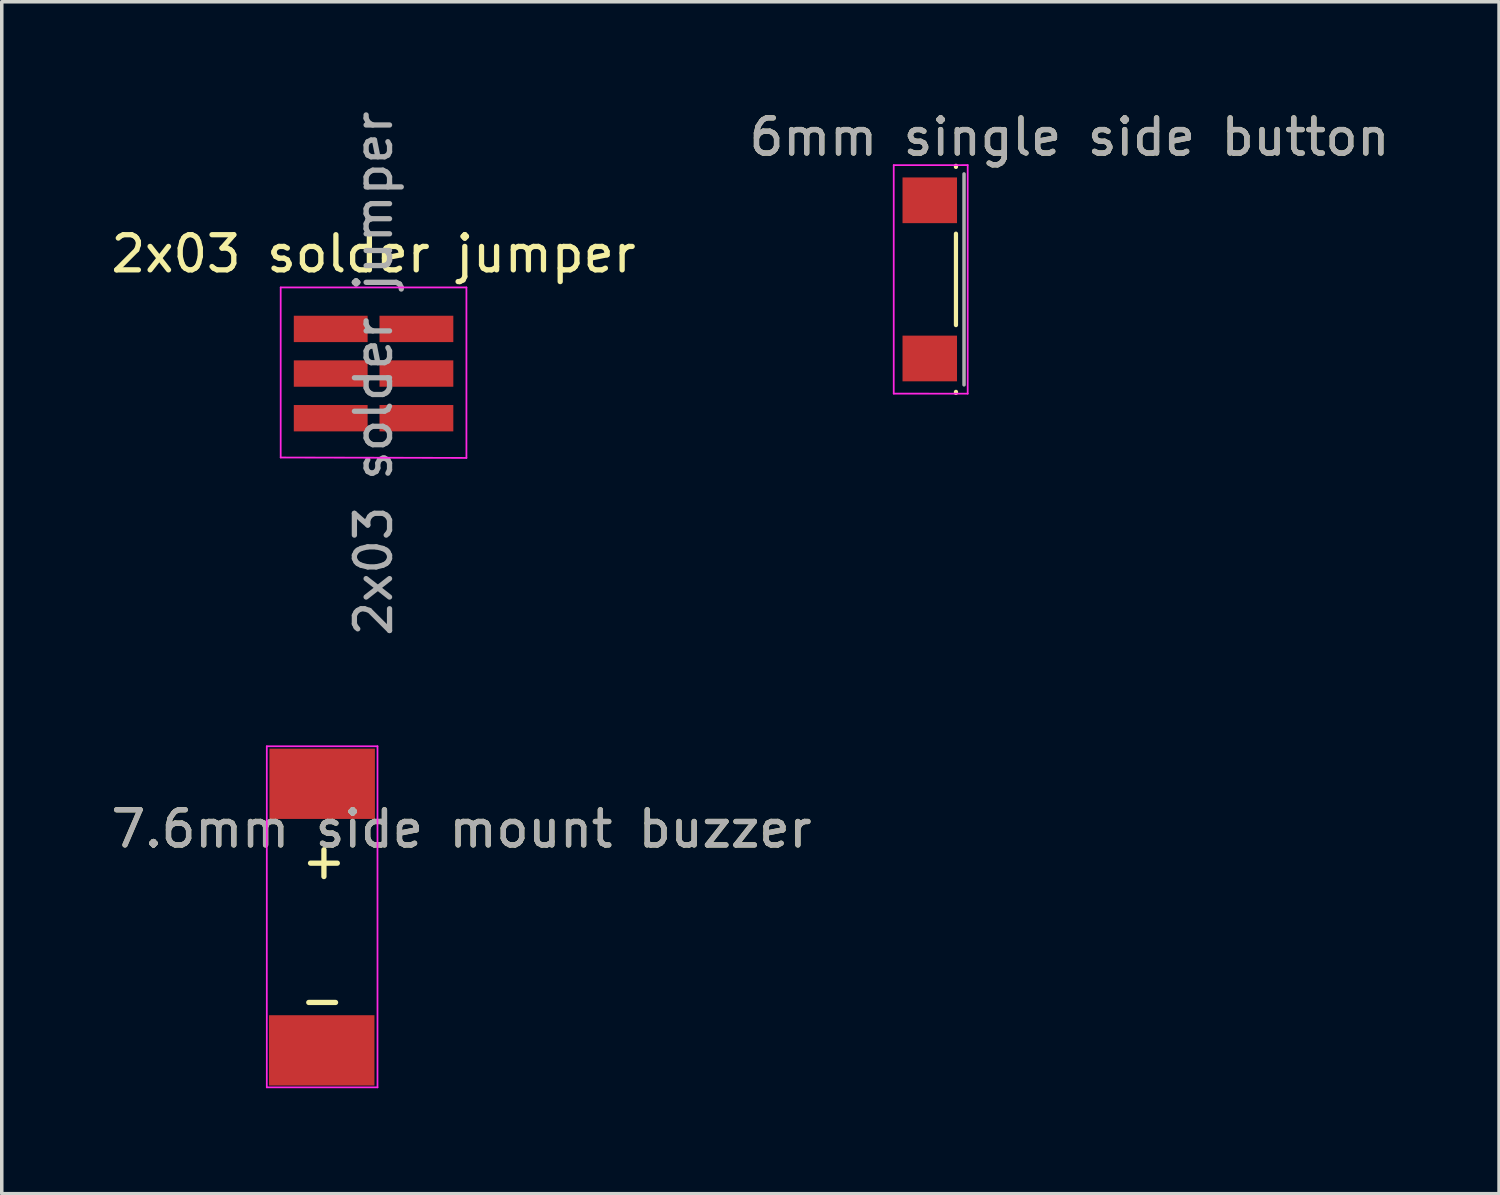
<source format=kicad_pcb>
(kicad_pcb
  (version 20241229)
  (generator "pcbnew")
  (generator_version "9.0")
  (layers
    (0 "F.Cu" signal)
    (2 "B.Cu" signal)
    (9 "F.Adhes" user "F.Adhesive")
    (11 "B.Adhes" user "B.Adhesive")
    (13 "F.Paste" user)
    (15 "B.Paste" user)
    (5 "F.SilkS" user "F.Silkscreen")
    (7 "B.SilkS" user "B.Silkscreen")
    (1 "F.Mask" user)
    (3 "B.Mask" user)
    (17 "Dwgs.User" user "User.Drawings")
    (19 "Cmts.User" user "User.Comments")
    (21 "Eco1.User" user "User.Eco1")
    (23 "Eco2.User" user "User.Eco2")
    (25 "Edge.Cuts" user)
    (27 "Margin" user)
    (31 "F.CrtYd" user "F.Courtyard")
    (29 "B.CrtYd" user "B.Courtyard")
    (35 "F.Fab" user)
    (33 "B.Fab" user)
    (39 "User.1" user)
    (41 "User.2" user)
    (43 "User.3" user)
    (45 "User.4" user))
  (footprint "7.6mm side mount buzzer"
    (layer "F.Cu")
    (at 10.077 24.581)
    (property "Reference" "7.6mm side mount buzzer" (at 0 -4.05 0) (layer "F.SilkS") (effects (font (size 1 1) (thickness 0.15))))
    (attr smd)
    (fp_line (start -5.537 -6.401) (end -5.537 3.302) (stroke (width 0.05) (type solid)) (layer "F.CrtYd"))
    (fp_line (start -5.537 -6.401) (end -2.388 -6.401) (stroke (width 0.05) (type solid)) (layer "F.CrtYd"))
    (fp_line (start -2.388 -6.401) (end -2.388 3.302) (stroke (width 0.05) (type solid)) (layer "F.CrtYd"))
    (fp_line (start -2.388 3.302) (end -5.537 3.302) (stroke (width 0.05) (type solid)) (layer "F.CrtYd"))
    (fp_text user "+" (at -3.912 -3.15 0) (unlocked yes) (layer "F.SilkS") (effects (font (size 1 1) (thickness 0.15))))
    (fp_text user "-" (at -3.962 0.813 0) (unlocked yes) (layer "F.SilkS") (effects (font (size 1 1) (thickness 0.15))))
    (fp_text user "${REFERENCE}" (at 0 -4.05 0) (layer "F.Fab") (effects (font (size 1 1) (thickness 0.15))))
    (pad "1" smd rect (at -3.962 -5.334) (size 3 2) (layers "F.Cu" "F.Mask" "F.Paste"))
    (pad "2" smd rect (at -3.975 2.25) (size 3 2) (layers "F.Cu" "F.Mask" "F.Paste")))
  (footprint "6mm single side button"
    (layer "F.Cu")
    (at 27.375 4.898)
    (property "Reference" "6mm single side button" (at 0 -4.05 0) (layer "F.SilkS") (effects (font (size 1 1) (thickness 0.15))))
    (attr smd)
    (fp_line (start -3.23 -3.2) (end -3.23 -3.23) (stroke (width 0.12) (type solid)) (layer "F.SilkS"))
    (fp_line (start -3.23 -1.3) (end -3.23 1.3) (stroke (width 0.12) (type solid)) (layer "F.SilkS"))
    (fp_line (start -3.23 3.23) (end -3.23 3.2) (stroke (width 0.12) (type solid)) (layer "F.SilkS"))
    (fp_line (start -5 -3.25) (end -5 3.25) (stroke (width 0.05) (type solid)) (layer "F.CrtYd"))
    (fp_line (start -5 -3.25) (end -2.896 -3.251) (stroke (width 0.05) (type solid)) (layer "F.CrtYd"))
    (fp_line (start -2.896 -3.251) (end -2.896 3.251) (stroke (width 0.05) (type solid)) (layer "F.CrtYd"))
    (fp_line (start -2.896 3.251) (end -5 3.25) (stroke (width 0.05) (type solid)) (layer "F.CrtYd"))
    (fp_line (start -3 -3) (end -3 3) (stroke (width 0.1) (type solid)) (layer "F.Fab"))
    (fp_text user "${REFERENCE}" (at 0 -4.05 0) (layer "F.Fab") (effects (font (size 1 1) (thickness 0.15))))
    (pad "1" smd rect (at -3.975 -2.25) (size 1.55 1.3) (layers "F.Cu" "F.Mask" "F.Paste"))
    (pad "2" smd rect (at -3.975 2.25) (size 1.55 1.3) (layers "F.Cu" "F.Mask" "F.Paste")))
  (footprint "2x03 solder jumper"
    (layer "F.Cu")
    (at 7.577 7.577)
    (property "Reference" "2x03 solder jumper" (at 0 -3.405 180) (layer "F.SilkS") (effects (font (size 1 1) (thickness 0.15))))
    (attr smd)
    (fp_line (start -2.642 -2.45) (end 2.642 -2.45) (stroke (width 0.05) (type solid)) (layer "F.CrtYd"))
    (fp_line (start -2.642 2.388) (end -2.642 -2.45) (stroke (width 0.05) (type solid)) (layer "F.CrtYd"))
    (fp_line (start 2.642 -2.45) (end 2.642 2.4) (stroke (width 0.05) (type solid)) (layer "F.CrtYd"))
    (fp_line (start 2.642 2.4) (end -2.642 2.388) (stroke (width 0.05) (type solid)) (layer "F.CrtYd"))
    (fp_text user "${REFERENCE}" (at 0 0 270) (layer "F.Fab") (effects (font (size 1 1) (thickness 0.15))))
    (pad "1" smd rect (at 1.219 -1.27) (size 2.1 0.75) (layers "F.Cu" "F.Mask" "F.Paste"))
    (pad "2" smd rect (at -1.219 -1.27) (size 2.1 0.75) (layers "F.Cu" "F.Mask" "F.Paste"))
    (pad "3" smd rect (at 1.219 0) (size 2.1 0.75) (layers "F.Cu" "F.Mask" "F.Paste"))
    (pad "4" smd rect (at -1.219 0) (size 2.1 0.75) (layers "F.Cu" "F.Mask" "F.Paste"))
    (pad "5" smd rect (at 1.219 1.27) (size 2.1 0.75) (layers "F.Cu" "F.Mask" "F.Paste"))
    (pad "6" smd rect (at -1.219 1.27) (size 2.1 0.75) (layers "F.Cu" "F.Mask" "F.Paste")))
  (gr_rect
    (start -3 -3)
    (end 39.595 30.908)
    (stroke (width 0.1) (type default))
    (fill no)
    (layer "Edge.Cuts")))
</source>
